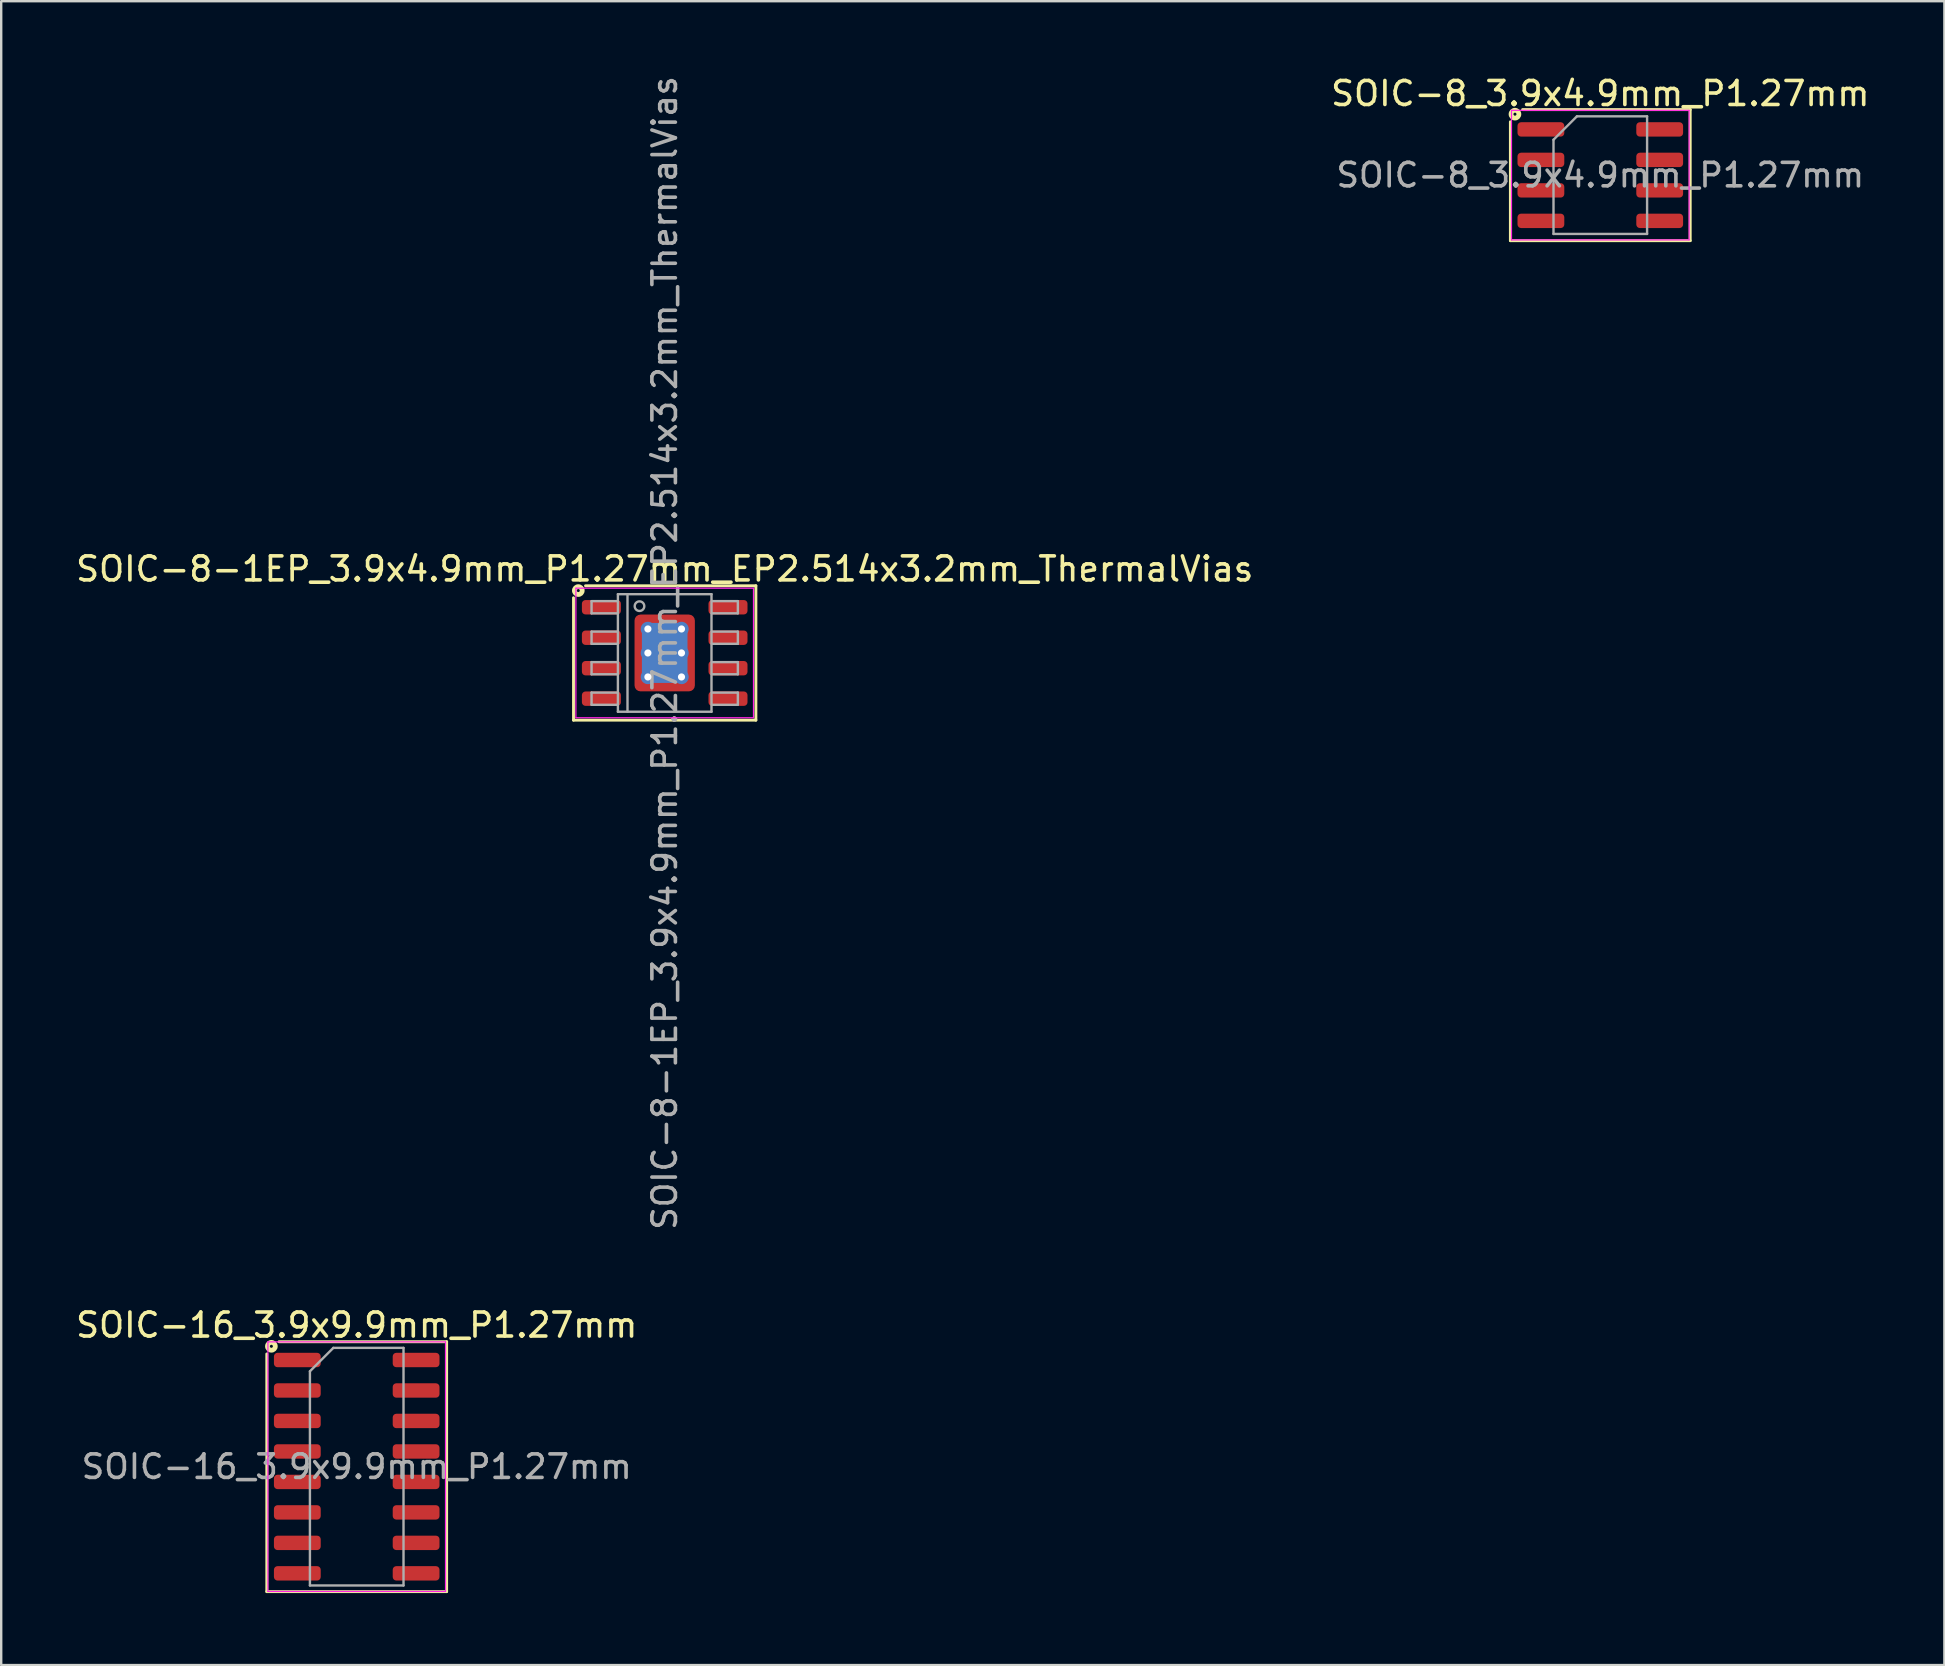
<source format=kicad_pcb>
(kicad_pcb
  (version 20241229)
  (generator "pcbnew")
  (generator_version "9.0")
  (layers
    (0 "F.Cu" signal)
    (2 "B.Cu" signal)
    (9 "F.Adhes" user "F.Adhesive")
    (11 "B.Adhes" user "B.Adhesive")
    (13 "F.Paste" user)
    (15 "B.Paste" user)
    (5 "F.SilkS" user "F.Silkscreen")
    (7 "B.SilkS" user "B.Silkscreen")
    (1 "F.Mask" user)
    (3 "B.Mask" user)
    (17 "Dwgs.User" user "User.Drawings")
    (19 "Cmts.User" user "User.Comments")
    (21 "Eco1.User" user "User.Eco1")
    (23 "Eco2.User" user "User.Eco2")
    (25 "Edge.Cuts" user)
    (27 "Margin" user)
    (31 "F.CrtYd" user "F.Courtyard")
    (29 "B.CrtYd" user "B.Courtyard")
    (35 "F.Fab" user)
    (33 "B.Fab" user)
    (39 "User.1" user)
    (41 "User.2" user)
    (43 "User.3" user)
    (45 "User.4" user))
  (footprint "SOIC-8-1EP_3.9x4.9mm_P1.27mm_EP2.514x3.2mm_ThermalVias"
    (layer "F.Cu")
    (at 24.649 24.16)
    (property "Reference" "SOIC-8-1EP_3.9x4.9mm_P1.27mm_EP2.514x3.2mm_ThermalVias" (at 0 -3.5 0) (layer "F.SilkS") (effects (font (size 1 1) (thickness 0.15))))
    (attr smd)
    (fp_line (start -3.8 -2.3) (end -3.8 2.8) (stroke (width 0.12) (type solid)) (layer "F.SilkS"))
    (fp_line (start -3.8 2.8) (end 3.8 2.8) (stroke (width 0.12) (type solid)) (layer "F.SilkS"))
    (fp_line (start 3.8 -2.8) (end -3.3 -2.8) (stroke (width 0.12) (type solid)) (layer "F.SilkS"))
    (fp_line (start 3.8 2.8) (end 3.8 -2.8) (stroke (width 0.12) (type solid)) (layer "F.SilkS"))
    (fp_circle (center -3.6 -2.6) (end -3.537 -2.6) (stroke (width 0.2) (type solid)) (fill no) (layer "F.SilkS"))
    (fp_line (start -3.7 -2.7) (end -3.7 2.7) (stroke (width 0.05) (type solid)) (layer "F.CrtYd"))
    (fp_line (start -3.7 2.7) (end 3.7 2.7) (stroke (width 0.05) (type solid)) (layer "F.CrtYd"))
    (fp_line (start 3.7 -2.7) (end -3.7 -2.7) (stroke (width 0.05) (type solid)) (layer "F.CrtYd"))
    (fp_line (start 3.7 2.7) (end 3.7 -2.7) (stroke (width 0.05) (type solid)) (layer "F.CrtYd"))
    (fp_line (start -3.048 -2.159) (end -3.048 -1.651) (stroke (width 0.1) (type solid)) (layer "F.Fab"))
    (fp_line (start -3.048 -2.159) (end -1.968 -2.159) (stroke (width 0.1) (type solid)) (layer "F.Fab"))
    (fp_line (start -3.048 -1.651) (end -1.968 -1.651) (stroke (width 0.1) (type solid)) (layer "F.Fab"))
    (fp_line (start -3.048 -0.889) (end -3.048 -0.381) (stroke (width 0.1) (type solid)) (layer "F.Fab"))
    (fp_line (start -3.048 -0.889) (end -1.968 -0.889) (stroke (width 0.1) (type solid)) (layer "F.Fab"))
    (fp_line (start -3.048 -0.381) (end -1.968 -0.381) (stroke (width 0.1) (type solid)) (layer "F.Fab"))
    (fp_line (start -3.048 0.381) (end -3.048 0.889) (stroke (width 0.1) (type solid)) (layer "F.Fab"))
    (fp_line (start -3.048 0.381) (end -1.968 0.381) (stroke (width 0.1) (type solid)) (layer "F.Fab"))
    (fp_line (start -3.048 0.889) (end -1.968 0.889) (stroke (width 0.1) (type solid)) (layer "F.Fab"))
    (fp_line (start -3.048 1.651) (end -3.048 2.159) (stroke (width 0.1) (type solid)) (layer "F.Fab"))
    (fp_line (start -3.048 1.651) (end -1.968 1.651) (stroke (width 0.1) (type solid)) (layer "F.Fab"))
    (fp_line (start -3.048 2.159) (end -1.968 2.159) (stroke (width 0.1) (type solid)) (layer "F.Fab"))
    (fp_line (start -1.95 -2.45) (end 1.95 -2.45) (stroke (width 0.1) (type solid)) (layer "F.Fab"))
    (fp_line (start -1.95 2.45) (end -1.95 -2.45) (stroke (width 0.1) (type solid)) (layer "F.Fab"))
    (fp_line (start -1.55 -2.45) (end -1.55 2.45) (stroke (width 0.1) (type solid)) (layer "F.Fab"))
    (fp_line (start 1.95 -2.45) (end 1.95 2.45) (stroke (width 0.1) (type solid)) (layer "F.Fab"))
    (fp_line (start 1.95 2.45) (end -1.95 2.45) (stroke (width 0.1) (type solid)) (layer "F.Fab"))
    (fp_line (start 3.048 -2.159) (end 1.968 -2.159) (stroke (width 0.1) (type solid)) (layer "F.Fab"))
    (fp_line (start 3.048 -1.651) (end 1.968 -1.651) (stroke (width 0.1) (type solid)) (layer "F.Fab"))
    (fp_line (start 3.048 -1.651) (end 3.048 -2.159) (stroke (width 0.1) (type solid)) (layer "F.Fab"))
    (fp_line (start 3.048 -0.889) (end 1.968 -0.889) (stroke (width 0.1) (type solid)) (layer "F.Fab"))
    (fp_line (start 3.048 -0.381) (end 1.968 -0.381) (stroke (width 0.1) (type solid)) (layer "F.Fab"))
    (fp_line (start 3.048 -0.381) (end 3.048 -0.889) (stroke (width 0.1) (type solid)) (layer "F.Fab"))
    (fp_line (start 3.048 0.381) (end 1.968 0.381) (stroke (width 0.1) (type solid)) (layer "F.Fab"))
    (fp_line (start 3.048 0.889) (end 1.968 0.889) (stroke (width 0.1) (type solid)) (layer "F.Fab"))
    (fp_line (start 3.048 0.889) (end 3.048 0.381) (stroke (width 0.1) (type solid)) (layer "F.Fab"))
    (fp_line (start 3.048 1.651) (end 1.968 1.651) (stroke (width 0.1) (type solid)) (layer "F.Fab"))
    (fp_line (start 3.048 2.159) (end 1.968 2.159) (stroke (width 0.1) (type solid)) (layer "F.Fab"))
    (fp_line (start 3.048 2.159) (end 3.048 1.651) (stroke (width 0.1) (type solid)) (layer "F.Fab"))
    (fp_circle (center -1.05 -1.95) (end -0.85 -1.95) (stroke (width 0.1) (type solid)) (fill no) (layer "F.Fab"))
    (fp_text user "${REFERENCE}" (at 0 0 90) (layer "F.Fab") (effects (font (size 0.98 0.98) (thickness 0.15))))
    (pad "" smd roundrect (at -0.63 -0.8) (size 1.05 1.34) (layers "F.Paste") (roundrect_rratio 0.238))
    (pad "" smd roundrect (at -0.63 0.8) (size 1.05 1.34) (layers "F.Paste") (roundrect_rratio 0.238))
    (pad "" smd roundrect (at 0.63 -0.8) (size 1.05 1.34) (layers "F.Paste") (roundrect_rratio 0.238))
    (pad "" smd roundrect (at 0.63 0.8) (size 1.05 1.34) (layers "F.Paste") (roundrect_rratio 0.238))
    (pad "1" smd roundrect (at -2.638 -1.905) (size 1.625 0.6) (layers "F.Cu" "F.Mask" "F.Paste") (roundrect_rratio 0.25))
    (pad "2" smd roundrect (at -2.638 -0.635) (size 1.625 0.6) (layers "F.Cu" "F.Mask" "F.Paste") (roundrect_rratio 0.25))
    (pad "3" smd roundrect (at -2.638 0.635) (size 1.625 0.6) (layers "F.Cu" "F.Mask" "F.Paste") (roundrect_rratio 0.25))
    (pad "4" smd roundrect (at -2.638 1.905) (size 1.625 0.6) (layers "F.Cu" "F.Mask" "F.Paste") (roundrect_rratio 0.25))
    (pad "5" smd roundrect (at 2.638 1.905) (size 1.625 0.6) (layers "F.Cu" "F.Mask" "F.Paste") (roundrect_rratio 0.25))
    (pad "6" smd roundrect (at 2.638 0.635) (size 1.625 0.6) (layers "F.Cu" "F.Mask" "F.Paste") (roundrect_rratio 0.25))
    (pad "7" smd roundrect (at 2.638 -0.635) (size 1.625 0.6) (layers "F.Cu" "F.Mask" "F.Paste") (roundrect_rratio 0.25))
    (pad "8" smd roundrect (at 2.638 -1.905) (size 1.625 0.6) (layers "F.Cu" "F.Mask" "F.Paste") (roundrect_rratio 0.25))
    (pad "9" thru_hole circle (at -0.7 -1) (size 0.6 0.6) (drill 0.3) (property pad_prop_heatsink) (layers "*.Cu"))
    (pad "9" thru_hole circle (at -0.7 0) (size 0.6 0.6) (drill 0.3) (property pad_prop_heatsink) (layers "*.Cu"))
    (pad "9" thru_hole circle (at -0.7 1) (size 0.6 0.6) (drill 0.3) (property pad_prop_heatsink) (layers "*.Cu"))
    (pad "9" smd roundrect (at 0 0) (size 1.9 2.5) (layers "B.Cu" "B.Mask") (roundrect_rratio 0.132))
    (pad "9" smd roundrect (at 0 0) (size 2.514 3.2) (layers "F.Cu" "F.Mask") (roundrect_rratio 0.099))
    (pad "9" thru_hole circle (at 0.7 -1) (size 0.6 0.6) (drill 0.3) (property pad_prop_heatsink) (layers "*.Cu"))
    (pad "9" thru_hole circle (at 0.7 0) (size 0.6 0.6) (drill 0.3) (property pad_prop_heatsink) (layers "*.Cu"))
    (pad "9" thru_hole circle (at 0.7 1) (size 0.6 0.6) (drill 0.3) (property pad_prop_heatsink) (layers "*.Cu")))
  (footprint "SOIC-16_3.9x9.9mm_P1.27mm"
    (layer "F.Cu")
    (at 11.815 58.069)
    (property "Reference" "SOIC-16_3.9x9.9mm_P1.27mm" (at 0 -5.9 0) (layer "F.SilkS") (effects (font (size 1 1) (thickness 0.15))))
    (attr smd)
    (fp_line (start -3.747 -4.699) (end -3.747 5.207) (stroke (width 0.12) (type solid)) (layer "F.SilkS"))
    (fp_line (start -3.747 5.207) (end 3.747 5.207) (stroke (width 0.12) (type solid)) (layer "F.SilkS"))
    (fp_line (start 3.747 -5.207) (end -3.239 -5.207) (stroke (width 0.12) (type solid)) (layer "F.SilkS"))
    (fp_line (start 3.747 5.207) (end 3.747 -5.207) (stroke (width 0.12) (type solid)) (layer "F.SilkS"))
    (fp_circle (center -3.556 -5.016) (end -3.493 -5.016) (stroke (width 0.2) (type solid)) (fill no) (layer "F.SilkS"))
    (fp_line (start -3.7 -5.2) (end -3.7 5.2) (stroke (width 0.05) (type solid)) (layer "F.CrtYd"))
    (fp_line (start -3.7 5.2) (end 3.7 5.2) (stroke (width 0.05) (type solid)) (layer "F.CrtYd"))
    (fp_line (start 3.7 -5.2) (end -3.7 -5.2) (stroke (width 0.05) (type solid)) (layer "F.CrtYd"))
    (fp_line (start 3.7 5.2) (end 3.7 -5.2) (stroke (width 0.05) (type solid)) (layer "F.CrtYd"))
    (fp_line (start -1.95 -3.975) (end -0.975 -4.95) (stroke (width 0.1) (type solid)) (layer "F.Fab"))
    (fp_line (start -1.95 4.95) (end -1.95 -3.975) (stroke (width 0.1) (type solid)) (layer "F.Fab"))
    (fp_line (start -0.975 -4.95) (end 1.95 -4.95) (stroke (width 0.1) (type solid)) (layer "F.Fab"))
    (fp_line (start 1.95 -4.95) (end 1.95 4.95) (stroke (width 0.1) (type solid)) (layer "F.Fab"))
    (fp_line (start 1.95 4.95) (end -1.95 4.95) (stroke (width 0.1) (type solid)) (layer "F.Fab"))
    (fp_text user "${REFERENCE}" (at 0 0 0) (layer "F.Fab") (effects (font (size 0.98 0.98) (thickness 0.15))))
    (pad "1" smd roundrect (at -2.475 -4.445) (size 1.95 0.6) (layers "F.Cu" "F.Mask" "F.Paste") (roundrect_rratio 0.25))
    (pad "2" smd roundrect (at -2.475 -3.175) (size 1.95 0.6) (layers "F.Cu" "F.Mask" "F.Paste") (roundrect_rratio 0.25))
    (pad "3" smd roundrect (at -2.475 -1.905) (size 1.95 0.6) (layers "F.Cu" "F.Mask" "F.Paste") (roundrect_rratio 0.25))
    (pad "4" smd roundrect (at -2.475 -0.635) (size 1.95 0.6) (layers "F.Cu" "F.Mask" "F.Paste") (roundrect_rratio 0.25))
    (pad "5" smd roundrect (at -2.475 0.635) (size 1.95 0.6) (layers "F.Cu" "F.Mask" "F.Paste") (roundrect_rratio 0.25))
    (pad "6" smd roundrect (at -2.475 1.905) (size 1.95 0.6) (layers "F.Cu" "F.Mask" "F.Paste") (roundrect_rratio 0.25))
    (pad "7" smd roundrect (at -2.475 3.175) (size 1.95 0.6) (layers "F.Cu" "F.Mask" "F.Paste") (roundrect_rratio 0.25))
    (pad "8" smd roundrect (at -2.475 4.445) (size 1.95 0.6) (layers "F.Cu" "F.Mask" "F.Paste") (roundrect_rratio 0.25))
    (pad "9" smd roundrect (at 2.475 4.445) (size 1.95 0.6) (layers "F.Cu" "F.Mask" "F.Paste") (roundrect_rratio 0.25))
    (pad "10" smd roundrect (at 2.475 3.175) (size 1.95 0.6) (layers "F.Cu" "F.Mask" "F.Paste") (roundrect_rratio 0.25))
    (pad "11" smd roundrect (at 2.475 1.905) (size 1.95 0.6) (layers "F.Cu" "F.Mask" "F.Paste") (roundrect_rratio 0.25))
    (pad "12" smd roundrect (at 2.475 0.635) (size 1.95 0.6) (layers "F.Cu" "F.Mask" "F.Paste") (roundrect_rratio 0.25))
    (pad "13" smd roundrect (at 2.475 -0.635) (size 1.95 0.6) (layers "F.Cu" "F.Mask" "F.Paste") (roundrect_rratio 0.25))
    (pad "14" smd roundrect (at 2.475 -1.905) (size 1.95 0.6) (layers "F.Cu" "F.Mask" "F.Paste") (roundrect_rratio 0.25))
    (pad "15" smd roundrect (at 2.475 -3.175) (size 1.95 0.6) (layers "F.Cu" "F.Mask" "F.Paste") (roundrect_rratio 0.25))
    (pad "16" smd roundrect (at 2.475 -4.445) (size 1.95 0.6) (layers "F.Cu" "F.Mask" "F.Paste") (roundrect_rratio 0.25)))
  (footprint "SOIC-8_3.9x4.9mm_P1.27mm"
    (layer "F.Cu")
    (at 63.637 4.248)
    (property "Reference" "SOIC-8_3.9x4.9mm_P1.27mm" (at 0 -3.4 0) (layer "F.SilkS") (effects (font (size 1 1) (thickness 0.15))))
    (attr smd)
    (fp_line (start -3.747 -2.223) (end -3.747 2.731) (stroke (width 0.12) (type solid)) (layer "F.SilkS"))
    (fp_line (start -3.747 2.731) (end 3.747 2.731) (stroke (width 0.12) (type solid)) (layer "F.SilkS"))
    (fp_line (start 3.747 -2.731) (end -3.239 -2.731) (stroke (width 0.12) (type solid)) (layer "F.SilkS"))
    (fp_line (start 3.747 2.731) (end 3.747 -2.731) (stroke (width 0.12) (type solid)) (layer "F.SilkS"))
    (fp_circle (center -3.556 -2.54) (end -3.493 -2.54) (stroke (width 0.2) (type solid)) (fill no) (layer "F.SilkS"))
    (fp_line (start -3.7 -2.7) (end -3.7 2.7) (stroke (width 0.05) (type solid)) (layer "F.CrtYd"))
    (fp_line (start -3.7 2.7) (end 3.7 2.7) (stroke (width 0.05) (type solid)) (layer "F.CrtYd"))
    (fp_line (start 3.7 -2.7) (end -3.7 -2.7) (stroke (width 0.05) (type solid)) (layer "F.CrtYd"))
    (fp_line (start 3.7 2.7) (end 3.7 -2.7) (stroke (width 0.05) (type solid)) (layer "F.CrtYd"))
    (fp_line (start -1.95 -1.475) (end -0.975 -2.45) (stroke (width 0.1) (type solid)) (layer "F.Fab"))
    (fp_line (start -1.95 2.45) (end -1.95 -1.475) (stroke (width 0.1) (type solid)) (layer "F.Fab"))
    (fp_line (start -0.975 -2.45) (end 1.95 -2.45) (stroke (width 0.1) (type solid)) (layer "F.Fab"))
    (fp_line (start 1.95 -2.45) (end 1.95 2.45) (stroke (width 0.1) (type solid)) (layer "F.Fab"))
    (fp_line (start 1.95 2.45) (end -1.95 2.45) (stroke (width 0.1) (type solid)) (layer "F.Fab"))
    (fp_text user "${REFERENCE}" (at 0 0 0) (layer "F.Fab") (effects (font (size 0.98 0.98) (thickness 0.15))))
    (pad "1" smd roundrect (at -2.475 -1.905) (size 1.95 0.6) (layers "F.Cu" "F.Mask" "F.Paste") (roundrect_rratio 0.25))
    (pad "2" smd roundrect (at -2.475 -0.635) (size 1.95 0.6) (layers "F.Cu" "F.Mask" "F.Paste") (roundrect_rratio 0.25))
    (pad "3" smd roundrect (at -2.475 0.635) (size 1.95 0.6) (layers "F.Cu" "F.Mask" "F.Paste") (roundrect_rratio 0.25))
    (pad "4" smd roundrect (at -2.475 1.905) (size 1.95 0.6) (layers "F.Cu" "F.Mask" "F.Paste") (roundrect_rratio 0.25))
    (pad "5" smd roundrect (at 2.475 1.905) (size 1.95 0.6) (layers "F.Cu" "F.Mask" "F.Paste") (roundrect_rratio 0.25))
    (pad "6" smd roundrect (at 2.475 0.635) (size 1.95 0.6) (layers "F.Cu" "F.Mask" "F.Paste") (roundrect_rratio 0.25))
    (pad "7" smd roundrect (at 2.475 -0.635) (size 1.95 0.6) (layers "F.Cu" "F.Mask" "F.Paste") (roundrect_rratio 0.25))
    (pad "8" smd roundrect (at 2.475 -1.905) (size 1.95 0.6) (layers "F.Cu" "F.Mask" "F.Paste") (roundrect_rratio 0.25)))
  (gr_rect
    (start -3 -3)
    (end 77.976 66.336)
    (stroke (width 0.1) (type default))
    (fill no)
    (layer "Edge.Cuts")))
</source>
